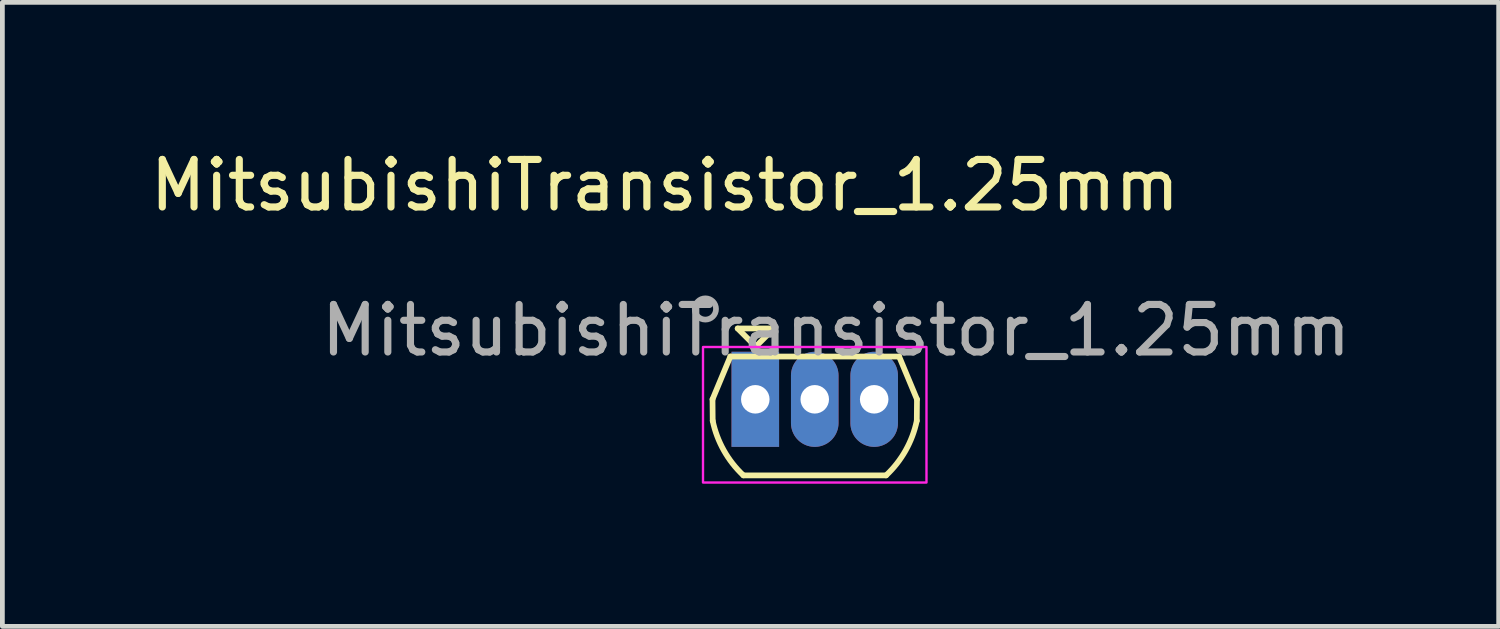
<source format=kicad_pcb>
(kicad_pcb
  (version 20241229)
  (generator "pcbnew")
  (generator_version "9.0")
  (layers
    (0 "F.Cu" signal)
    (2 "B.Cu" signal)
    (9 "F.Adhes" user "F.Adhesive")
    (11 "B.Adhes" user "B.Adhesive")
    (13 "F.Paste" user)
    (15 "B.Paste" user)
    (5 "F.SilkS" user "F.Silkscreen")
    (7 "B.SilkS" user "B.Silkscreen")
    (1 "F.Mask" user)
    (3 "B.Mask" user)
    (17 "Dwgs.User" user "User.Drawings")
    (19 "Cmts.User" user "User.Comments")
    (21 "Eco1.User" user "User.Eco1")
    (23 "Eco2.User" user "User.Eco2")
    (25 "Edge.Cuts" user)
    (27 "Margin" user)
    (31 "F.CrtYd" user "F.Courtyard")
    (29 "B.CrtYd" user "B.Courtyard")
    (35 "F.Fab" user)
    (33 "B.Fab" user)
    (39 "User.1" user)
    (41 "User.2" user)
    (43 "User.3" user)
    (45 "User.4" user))
  (footprint "MitsubishiTransistor_1.25mm"
    (layer "F.Cu")
    (at 12.835 5.348)
    (property "Reference" "MitsubishiTransistor_1.25mm" (at -1.9 -4.5 0) (layer "F.SilkS") (effects (font (size 1 1) (thickness 0.15))))
    (attr through_hole)
    (fp_line (start -0.9 0) (end -0.896 0.452) (stroke (width 0.12) (type solid)) (layer "F.SilkS"))
    (fp_line (start -0.525 -0.9) (end -0.9 0) (stroke (width 0.12) (type solid)) (layer "F.SilkS"))
    (fp_line (start -0.371 -1.49) (end 0.009 -1.109) (stroke (width 0.12) (type solid)) (layer "F.SilkS"))
    (fp_line (start -0.25 1.6) (end 2.75 1.6) (stroke (width 0.12) (type solid)) (layer "F.SilkS"))
    (fp_line (start 0.009 -1.109) (end 0.391 -1.49) (stroke (width 0.12) (type solid)) (layer "F.SilkS"))
    (fp_line (start 0.391 -1.49) (end -0.371 -1.49) (stroke (width 0.12) (type solid)) (layer "F.SilkS"))
    (fp_line (start 3.025 -0.9) (end -0.525 -0.9) (stroke (width 0.12) (type solid)) (layer "F.SilkS"))
    (fp_line (start 3.025 -0.9) (end 3.4 0) (stroke (width 0.12) (type solid)) (layer "F.SilkS"))
    (fp_line (start 3.4 0) (end 3.396 0.452) (stroke (width 0.12) (type solid)) (layer "F.SilkS"))
    (fp_arc (start -0.25 1.6) (mid -0.661425 1.075632) (end -0.896127 0.451816) (stroke (width 0.12) (type solid)) (layer "F.SilkS"))
    (fp_arc (start 3.396127 0.451816) (mid 3.161425 1.075632) (end 2.75 1.6) (stroke (width 0.12) (type solid)) (layer "F.SilkS"))
    (fp_rect (start -1.1 -1.1) (end 3.6 1.75) (stroke (width 0.05) (type solid)) (fill no) (layer "F.CrtYd"))
    (fp_circle (center -1.05 -1.9) (end -0.85 -1.8) (stroke (width 0.12) (type solid)) (fill no) (layer "F.Fab"))
    (fp_text user "${REFERENCE}" (at 1.7 -1.45 0) (layer "F.Fab") (effects (font (size 1 1) (thickness 0.15))))
    (pad "1" thru_hole rect (at 0 0 180) (size 1 2) (drill 0.6) (layers "*.Cu" "*.Mask"))
    (pad "2" thru_hole oval (at 1.25 0 180) (size 1 2) (drill 0.6) (layers "*.Cu" "*.Mask"))
    (pad "3" thru_hole oval (at 2.5 0 180) (size 1 2) (drill 0.6) (layers "*.Cu" "*.Mask")))
  (gr_rect
    (start -3 -3)
    (end 28.469 10.123)
    (stroke (width 0.1) (type default))
    (fill no)
    (layer "Edge.Cuts")))
</source>
